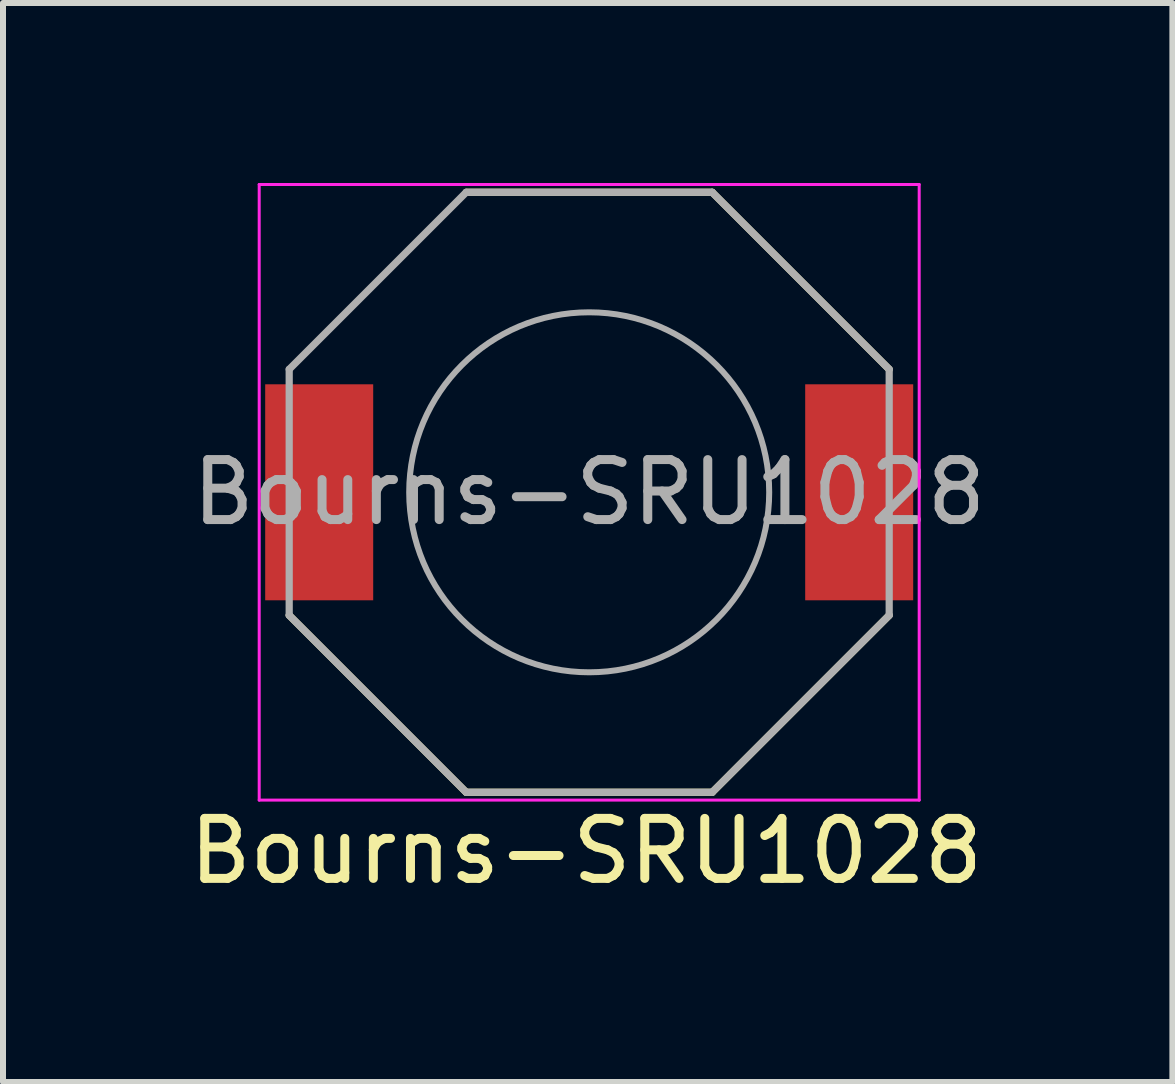
<source format=kicad_pcb>
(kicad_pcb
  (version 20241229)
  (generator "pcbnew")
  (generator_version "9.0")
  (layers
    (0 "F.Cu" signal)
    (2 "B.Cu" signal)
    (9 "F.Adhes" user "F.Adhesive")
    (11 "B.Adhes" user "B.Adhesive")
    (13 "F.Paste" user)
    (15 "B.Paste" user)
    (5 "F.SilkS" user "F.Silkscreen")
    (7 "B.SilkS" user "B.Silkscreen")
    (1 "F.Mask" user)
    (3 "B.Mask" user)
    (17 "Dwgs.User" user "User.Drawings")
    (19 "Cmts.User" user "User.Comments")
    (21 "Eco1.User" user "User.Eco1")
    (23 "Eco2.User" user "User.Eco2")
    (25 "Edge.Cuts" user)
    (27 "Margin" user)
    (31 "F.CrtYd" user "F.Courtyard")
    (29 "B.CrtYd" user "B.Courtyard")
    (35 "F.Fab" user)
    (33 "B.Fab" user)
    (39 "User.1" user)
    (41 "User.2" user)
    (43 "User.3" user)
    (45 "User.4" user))
  (footprint "Bourns-SRU1028"
    (layer "F.Cu")
    (at 6.77 5.155)
    (property "Reference" "Bourns-SRU1028" (at -0.05 5.98 0) (layer "F.SilkS") (effects (font (size 1 1) (thickness 0.15))))
    (attr smd)
    (fp_line (start -2.05 -5) (end 2.05 -5) (stroke (width 0.12) (type solid)) (layer "F.SilkS"))
    (fp_line (start -2.05 5) (end -5 2.05) (stroke (width 0.12) (type solid)) (layer "F.SilkS"))
    (fp_line (start 2.05 -5) (end 5 -2.05) (stroke (width 0.12) (type solid)) (layer "F.SilkS"))
    (fp_line (start 2.05 5) (end -2.05 5) (stroke (width 0.12) (type solid)) (layer "F.SilkS"))
    (fp_line (start 2.05 5) (end 5 2.05) (stroke (width 0.12) (type solid)) (layer "F.SilkS"))
    (fp_line (start -5.5 -5.13) (end 5.5 -5.13) (stroke (width 0.05) (type solid)) (layer "F.CrtYd"))
    (fp_line (start -5.5 5.13) (end -5.5 -5.13) (stroke (width 0.05) (type solid)) (layer "F.CrtYd"))
    (fp_line (start 5.5 -5.13) (end 5.5 5.13) (stroke (width 0.05) (type solid)) (layer "F.CrtYd"))
    (fp_line (start 5.5 5.13) (end -5.5 5.13) (stroke (width 0.05) (type solid)) (layer "F.CrtYd"))
    (fp_line (start -5 -2.05) (end -2.05 -5) (stroke (width 0.12) (type solid)) (layer "F.Fab"))
    (fp_line (start -5 2.05) (end -5 -2.05) (stroke (width 0.12) (type solid)) (layer "F.Fab"))
    (fp_line (start -2.05 -5) (end 2.05 -5) (stroke (width 0.12) (type solid)) (layer "F.Fab"))
    (fp_line (start -2.05 5) (end -5 2.05) (stroke (width 0.12) (type solid)) (layer "F.Fab"))
    (fp_line (start 2.05 -5) (end 5 -2.05) (stroke (width 0.12) (type solid)) (layer "F.Fab"))
    (fp_line (start 2.05 5) (end -2.05 5) (stroke (width 0.12) (type solid)) (layer "F.Fab"))
    (fp_line (start 2.05 5) (end 5 2.05) (stroke (width 0.12) (type solid)) (layer "F.Fab"))
    (fp_line (start 5 2.05) (end 5 -2.05) (stroke (width 0.12) (type solid)) (layer "F.Fab"))
    (fp_circle (center 0 0) (end 0 -3) (stroke (width 0.1) (type solid)) (fill no) (layer "F.Fab"))
    (fp_text user "${REFERENCE}" (at 0 0 0) (layer "F.Fab") (effects (font (size 1 1) (thickness 0.15))))
    (pad "1" smd rect (at -4.5 0) (size 1.8 3.6) (layers "F.Cu" "F.Mask" "F.Paste"))
    (pad "2" smd rect (at 4.5 0) (size 1.8 3.6) (layers "F.Cu" "F.Mask" "F.Paste")))
  (gr_rect
    (start -3 -3)
    (end 16.49 14.983)
    (stroke (width 0.1) (type default))
    (fill no)
    (layer "Edge.Cuts")))
</source>
